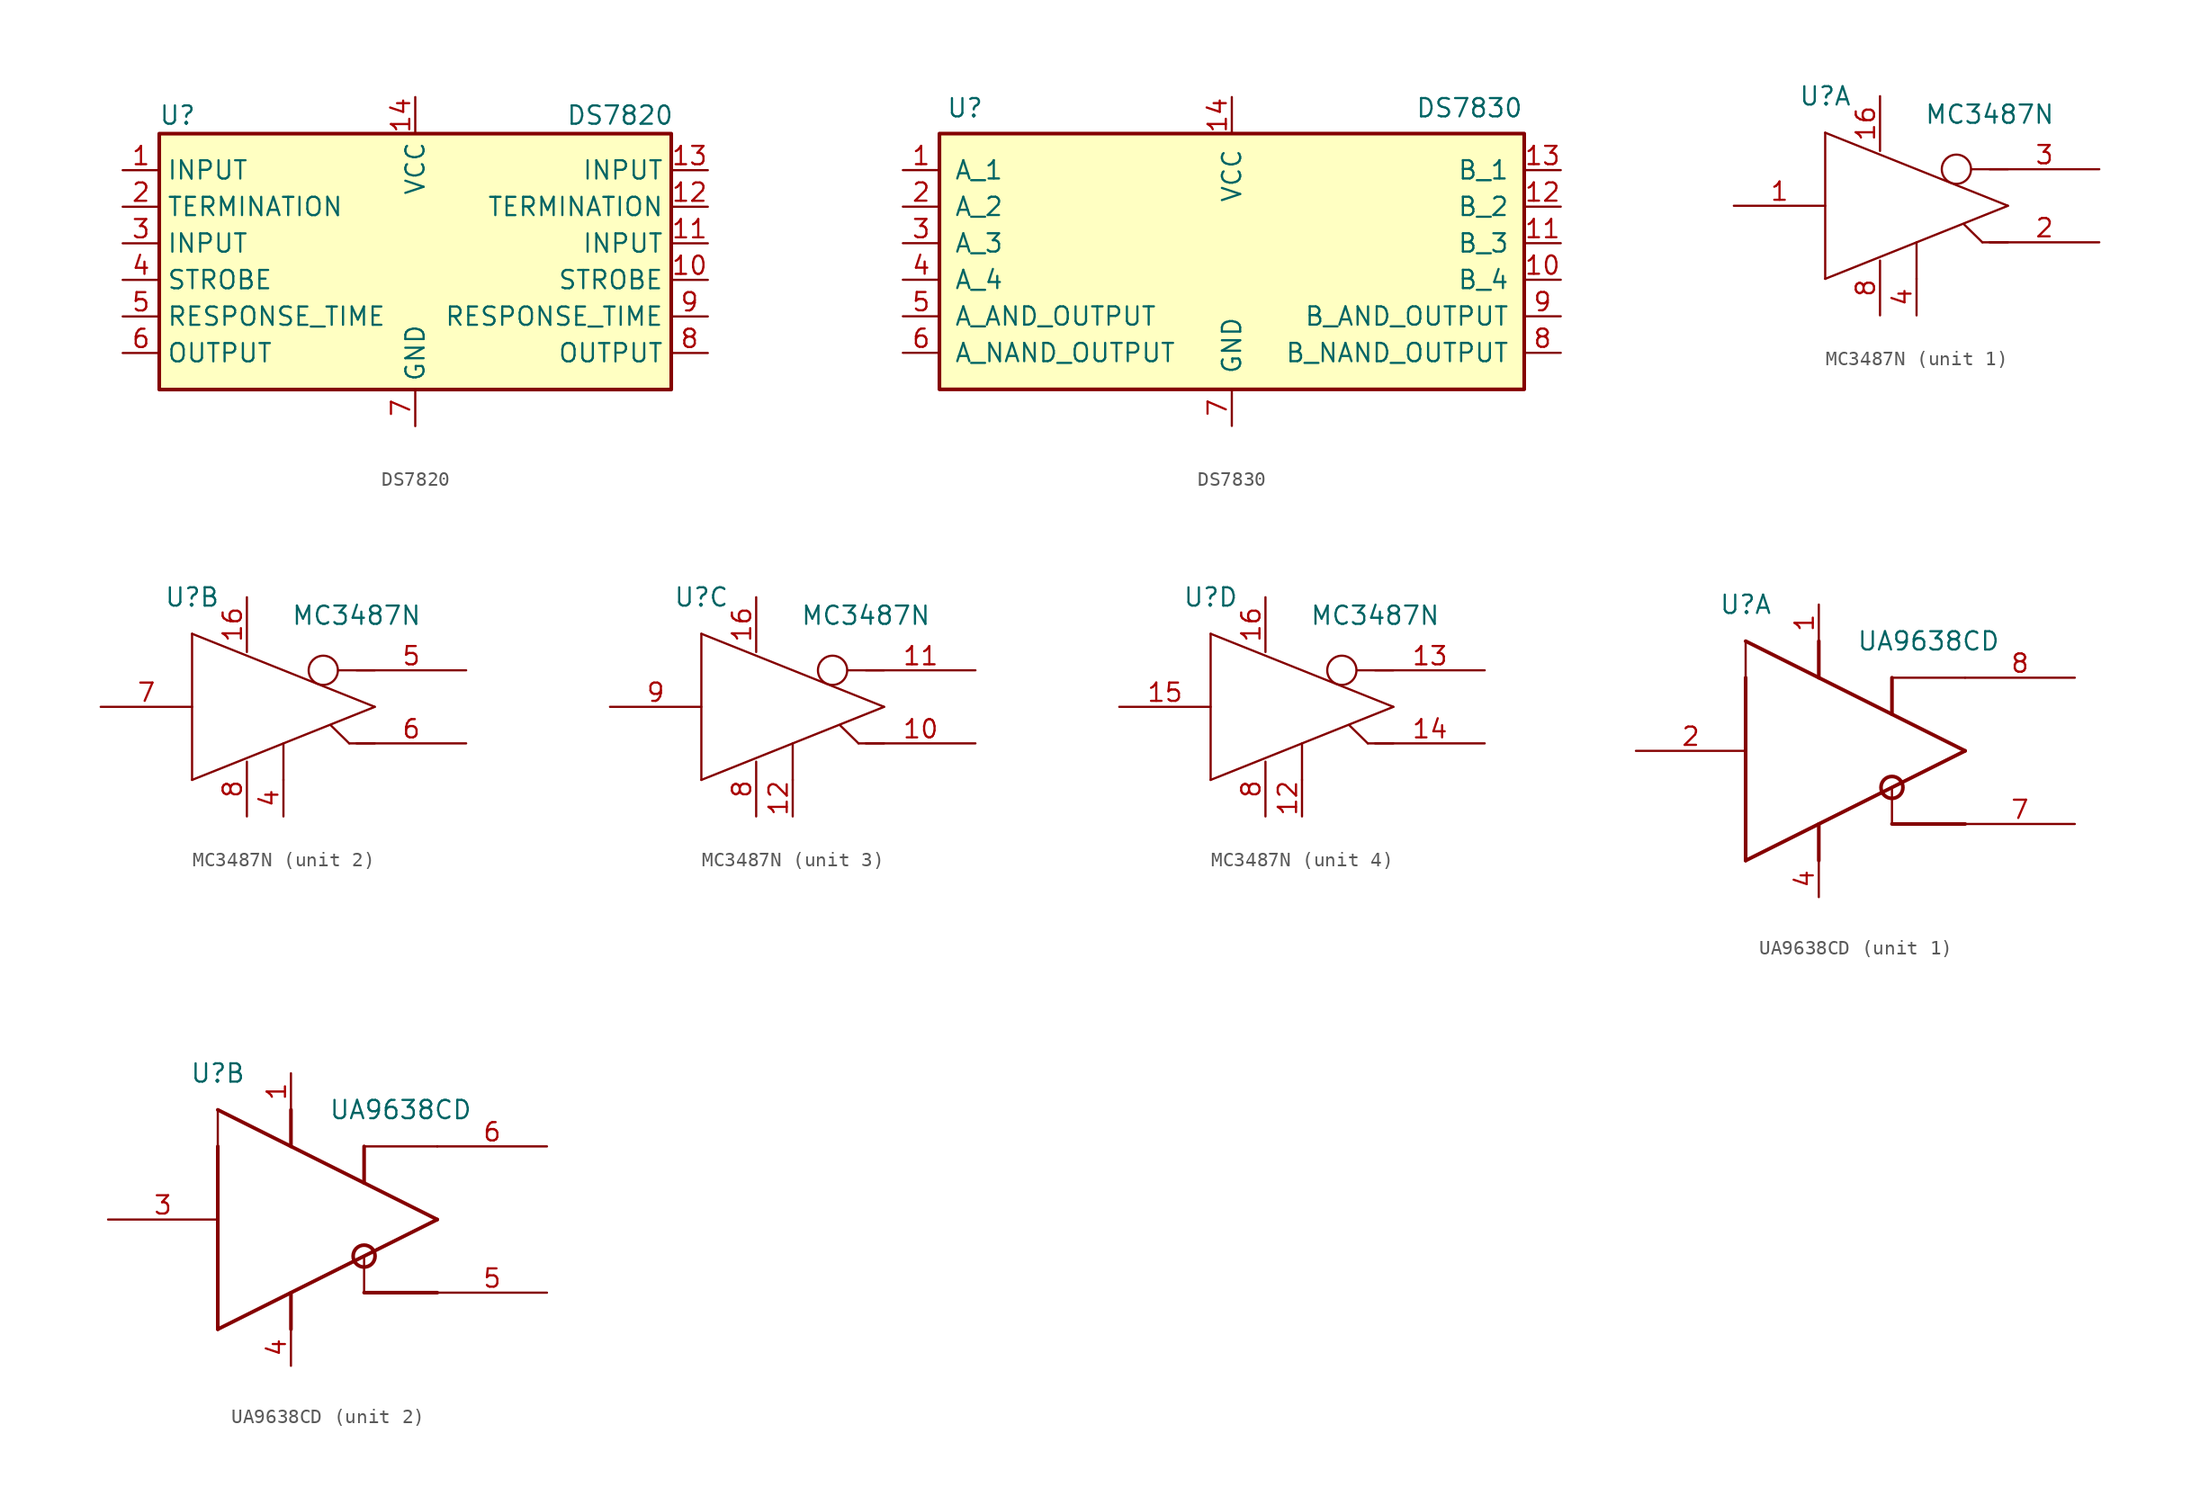
<source format=kicad_sym>
(kicad_symbol_lib
  (version 20201005)
  (generator kicad_symbol_editor)
  (symbol "DS7820"
    (property "Reference" "U"
      (at -16.51 8.89 0)
      (effects (font (size 1.27 1.27))))
    (property "Value" "DS7820"
      (at 14.224 8.89 0)
      (effects (font (size 1.27 1.27))))
    (symbol "DS7820_0_1"
      (rectangle (start -17.78 7.62) (end 17.78 -10.16) (stroke (width 0.254)) (fill (type background))))
    (symbol "DS7820_1_1"
      (pin input line (at -20.32 5.08 0) (length 2.54) (name "INPUT" (effects (font (size 1.27 1.27)))) (number "1" (effects (font (size 1.27 1.27)))))
      (pin input line (at 20.32 -2.54 180) (length 2.54) (name "STROBE" (effects (font (size 1.27 1.27)))) (number "10" (effects (font (size 1.27 1.27)))))
      (pin input line (at 20.32 0 180) (length 2.54) (name "INPUT" (effects (font (size 1.27 1.27)))) (number "11" (effects (font (size 1.27 1.27)))))
      (pin input line (at 20.32 2.54 180) (length 2.54) (name "TERMINATION" (effects (font (size 1.27 1.27)))) (number "12" (effects (font (size 1.27 1.27)))))
      (pin input line (at 20.32 5.08 180) (length 2.54) (name "INPUT" (effects (font (size 1.27 1.27)))) (number "13" (effects (font (size 1.27 1.27)))))
      (pin power_in line (at 0 10.16 270) (length 2.54) (name "VCC" (effects (font (size 1.27 1.27)))) (number "14" (effects (font (size 1.27 1.27)))))
      (pin input line (at -20.32 2.54 0) (length 2.54) (name "TERMINATION" (effects (font (size 1.27 1.27)))) (number "2" (effects (font (size 1.27 1.27)))))
      (pin input line (at -20.32 0 0) (length 2.54) (name "INPUT" (effects (font (size 1.27 1.27)))) (number "3" (effects (font (size 1.27 1.27)))))
      (pin input line (at -20.32 -2.54 0) (length 2.54) (name "STROBE" (effects (font (size 1.27 1.27)))) (number "4" (effects (font (size 1.27 1.27)))))
      (pin input line (at -20.32 -5.08 0) (length 2.54) (name "RESPONSE_TIME" (effects (font (size 1.27 1.27)))) (number "5" (effects (font (size 1.27 1.27)))))
      (pin input line (at -20.32 -7.62 0) (length 2.54) (name "OUTPUT" (effects (font (size 1.27 1.27)))) (number "6" (effects (font (size 1.27 1.27)))))
      (pin power_in line (at 0 -12.7 90) (length 2.54) (name "GND" (effects (font (size 1.27 1.27)))) (number "7" (effects (font (size 1.27 1.27)))))
      (pin output line (at 20.32 -7.62 180) (length 2.54) (name "OUTPUT" (effects (font (size 1.27 1.27)))) (number "8" (effects (font (size 1.27 1.27)))))
      (pin input line (at 20.32 -5.08 180) (length 2.54) (name "RESPONSE_TIME" (effects (font (size 1.27 1.27)))) (number "9" (effects (font (size 1.27 1.27)))))))
  (symbol "DS7830"
    (pin_names
      (offset 1.016))
    (property "Reference" "U"
      (at -18.542 9.398 0)
      (effects (font (size 1.27 1.27))))
    (property "Value" "DS7830"
      (at 16.51 9.398 0)
      (effects (font (size 1.27 1.27))))
    (symbol "DS7830_0_1"
      (rectangle (start -20.32 7.62) (end 20.32 -10.16) (stroke (width 0.254)) (fill (type background))))
    (symbol "DS7830_1_1"
      (pin input line (at -22.86 5.08 0) (length 2.54) (name "A_1" (effects (font (size 1.27 1.27)))) (number "1" (effects (font (size 1.27 1.27)))))
      (pin input line (at 22.86 -2.54 180) (length 2.54) (name "B_4" (effects (font (size 1.27 1.27)))) (number "10" (effects (font (size 1.27 1.27)))))
      (pin input line (at 22.86 0 180) (length 2.54) (name "B_3" (effects (font (size 1.27 1.27)))) (number "11" (effects (font (size 1.27 1.27)))))
      (pin input line (at 22.86 2.54 180) (length 2.54) (name "B_2" (effects (font (size 1.27 1.27)))) (number "12" (effects (font (size 1.27 1.27)))))
      (pin input line (at 22.86 5.08 180) (length 2.54) (name "B_1" (effects (font (size 1.27 1.27)))) (number "13" (effects (font (size 1.27 1.27)))))
      (pin power_in line (at 0 10.16 270) (length 2.54) (name "VCC" (effects (font (size 1.27 1.27)))) (number "14" (effects (font (size 1.27 1.27)))))
      (pin input line (at -22.86 2.54 0) (length 2.54) (name "A_2" (effects (font (size 1.27 1.27)))) (number "2" (effects (font (size 1.27 1.27)))))
      (pin input line (at -22.86 0 0) (length 2.54) (name "A_3" (effects (font (size 1.27 1.27)))) (number "3" (effects (font (size 1.27 1.27)))))
      (pin input line (at -22.86 -2.54 0) (length 2.54) (name "A_4" (effects (font (size 1.27 1.27)))) (number "4" (effects (font (size 1.27 1.27)))))
      (pin input line (at -22.86 -5.08 0) (length 2.54) (name "A_AND_OUTPUT" (effects (font (size 1.27 1.27)))) (number "5" (effects (font (size 1.27 1.27)))))
      (pin input line (at -22.86 -7.62 0) (length 2.54) (name "A_NAND_OUTPUT" (effects (font (size 1.27 1.27)))) (number "6" (effects (font (size 1.27 1.27)))))
      (pin power_in line (at 0 -12.7 90) (length 2.54) (name "GND" (effects (font (size 1.27 1.27)))) (number "7" (effects (font (size 1.27 1.27)))))
      (pin input line (at 22.86 -7.62 180) (length 2.54) (name "B_NAND_OUTPUT" (effects (font (size 1.27 1.27)))) (number "8" (effects (font (size 1.27 1.27)))))
      (pin input line (at 22.86 -5.08 180) (length 2.54) (name "B_AND_OUTPUT" (effects (font (size 1.27 1.27)))) (number "9" (effects (font (size 1.27 1.27)))))))
  (symbol "MC3487N"
    (pin_names
      (offset 1.016) hide)
    (property "Reference" "U"
      (at -6.35 7.62 0)
      (effects (font (size 1.27 1.27))))
    (property "Value" "MC3487N"
      (at 5.08 6.35 0)
      (effects (font (size 1.27 1.27))))
    (symbol "MC3487N_0_1"
      (circle (center 2.769 2.54) (radius 1.016) (stroke (width 0)) (fill (type none)))
      (polyline (pts (xy -6.35 -5.08) (xy 6.35 0)) (stroke (width 0)) (fill (type none)))
      (polyline (pts (xy -6.35 5.08) (xy -6.35 -5.08)) (stroke (width 0)) (fill (type none)))
      (polyline (pts (xy 0 -5.08) (xy 0 -2.54)) (stroke (width 0)) (fill (type none)))
      (polyline (pts (xy 3.81 2.54) (xy 6.35 2.54)) (stroke (width 0)) (fill (type none)))
      (polyline (pts (xy 4.572 -2.54) (xy 3.277 -1.27)) (stroke (width 0)) (fill (type none)))
      (polyline (pts (xy 6.35 -2.54) (xy 4.572 -2.54)) (stroke (width 0)) (fill (type none)))
      (polyline (pts (xy 6.35 0) (xy -6.35 5.08)) (stroke (width 0)) (fill (type none))))
    (symbol "MC3487N_1_1"
      (pin input line (at -12.7 0 0) (length 6.35) (name "INPUT" (effects (font (size 1.27 1.27)))) (number "1" (effects (font (size 1.27 1.27)))))
      (pin power_in line (at -2.54 7.62 270) (length 3.81) (name "VCC" (effects (font (size 1.27 1.27)))) (number "16" (effects (font (size 1.27 1.27)))))
      (pin tri_state line (at 12.7 -2.54 180) (length 7.62) (name "OUT+" (effects (font (size 1.27 1.27)))) (number "2" (effects (font (size 1.27 1.27)))))
      (pin tri_state line (at 12.7 2.54 180) (length 7.62) (name "OUT-" (effects (font (size 1.27 1.27)))) (number "3" (effects (font (size 1.27 1.27)))))
      (pin input line (at 0 -7.62 90) (length 2.54) (name "ENABLE" (effects (font (size 1.27 1.27)))) (number "4" (effects (font (size 1.27 1.27)))))
      (pin power_in line (at -2.54 -7.62 90) (length 3.81) (name "GND" (effects (font (size 1.27 1.27)))) (number "8" (effects (font (size 1.27 1.27))))))
    (symbol "MC3487N_2_1"
      (pin power_in line (at -2.54 7.62 270) (length 3.81) (name "VCC" (effects (font (size 1.27 1.27)))) (number "16" (effects (font (size 1.27 1.27)))))
      (pin input line (at 0 -7.62 90) (length 2.54) (name "ENABLE" (effects (font (size 1.27 1.27)))) (number "4" (effects (font (size 1.27 1.27)))))
      (pin tri_state line (at 12.7 2.54 180) (length 7.62) (name "OUT-" (effects (font (size 1.27 1.27)))) (number "5" (effects (font (size 1.27 1.27)))))
      (pin tri_state line (at 12.7 -2.54 180) (length 7.62) (name "OUT+" (effects (font (size 1.27 1.27)))) (number "6" (effects (font (size 1.27 1.27)))))
      (pin input line (at -12.7 0 0) (length 6.35) (name "INPUT" (effects (font (size 1.27 1.27)))) (number "7" (effects (font (size 1.27 1.27)))))
      (pin power_in line (at -2.54 -7.62 90) (length 3.81) (name "GND" (effects (font (size 1.27 1.27)))) (number "8" (effects (font (size 1.27 1.27))))))
    (symbol "MC3487N_3_1"
      (pin tri_state line (at 12.7 -2.54 180) (length 7.62) (name "OUT+" (effects (font (size 1.27 1.27)))) (number "10" (effects (font (size 1.27 1.27)))))
      (pin tri_state line (at 12.7 2.54 180) (length 7.62) (name "OUT-" (effects (font (size 1.27 1.27)))) (number "11" (effects (font (size 1.27 1.27)))))
      (pin input line (at 0 -7.62 90) (length 2.54) (name "ENABLE" (effects (font (size 1.27 1.27)))) (number "12" (effects (font (size 1.27 1.27)))))
      (pin power_in line (at -2.54 7.62 270) (length 3.81) (name "VCC" (effects (font (size 1.27 1.27)))) (number "16" (effects (font (size 1.27 1.27)))))
      (pin power_in line (at -2.54 -7.62 90) (length 3.81) (name "GND" (effects (font (size 1.27 1.27)))) (number "8" (effects (font (size 1.27 1.27)))))
      (pin input line (at -12.7 0 0) (length 6.35) (name "INPUT" (effects (font (size 1.27 1.27)))) (number "9" (effects (font (size 1.27 1.27))))))
    (symbol "MC3487N_4_1"
      (pin input line (at 0 -7.62 90) (length 2.54) (name "ENABLE" (effects (font (size 1.27 1.27)))) (number "12" (effects (font (size 1.27 1.27)))))
      (pin tri_state line (at 12.7 2.54 180) (length 7.62) (name "OUT-" (effects (font (size 1.27 1.27)))) (number "13" (effects (font (size 1.27 1.27)))))
      (pin tri_state line (at 12.7 -2.54 180) (length 7.62) (name "OUT+" (effects (font (size 1.27 1.27)))) (number "14" (effects (font (size 1.27 1.27)))))
      (pin input line (at -12.7 0 0) (length 6.35) (name "INPUT" (effects (font (size 1.27 1.27)))) (number "15" (effects (font (size 1.27 1.27)))))
      (pin power_in line (at -2.54 7.62 270) (length 3.81) (name "VCC" (effects (font (size 1.27 1.27)))) (number "16" (effects (font (size 1.27 1.27)))))
      (pin power_in line (at -2.54 -7.62 90) (length 3.81) (name "GND" (effects (font (size 1.27 1.27)))) (number "8" (effects (font (size 1.27 1.27)))))))
  (symbol "UA9638CD"
    (pin_names
      (offset 1.016) hide)
    (property "Reference" "U"
      (at -7.62 10.16 0)
      (effects (font (size 1.27 1.27))))
    (property "Value" "UA9638CD"
      (at 5.08 7.62 0)
      (effects (font (size 1.27 1.27))))
    (symbol "UA9638CD_0_1"
      (circle (center 2.54 -2.54) (radius 0.762) (stroke (width 0.254)) (fill (type none)))
      (polyline (pts (xy -7.62 5.08) (xy -7.62 7.62)) (stroke (width 0)) (fill (type none)))
      (polyline (pts (xy -7.62 7.62) (xy 7.62 0)) (stroke (width 0.254)) (fill (type none)))
      (polyline (pts (xy -2.54 -5.08) (xy -2.54 -7.62)) (stroke (width 0.254)) (fill (type none)))
      (polyline (pts (xy -2.54 5.08) (xy -2.54 7.62)) (stroke (width 0.254)) (fill (type none)))
      (polyline (pts (xy 2.54 -5.08) (xy 7.62 -5.08)) (stroke (width 0.254)) (fill (type none)))
      (polyline (pts (xy 2.54 -2.54) (xy 2.54 -5.08)) (stroke (width 0)) (fill (type none)))
      (polyline (pts (xy 2.54 5.08) (xy 2.54 2.54)) (stroke (width 0.254)) (fill (type none)))
      (polyline (pts (xy 7.62 0) (xy -7.62 -7.62)) (stroke (width 0.254)) (fill (type none)))
      (polyline (pts (xy 7.62 5.08) (xy 2.54 5.08)) (stroke (width 0)) (fill (type none)))
      (polyline (pts (xy -7.62 5.08) (xy -7.62 -7.62)) (stroke (width 0.254)) (fill (type background))))
    (symbol "UA9638CD_1_1"
      (pin power_in line (at -2.54 10.16 270) (length 2.54) (name "VCC" (effects (font (size 1.27 1.27)))) (number "1" (effects (font (size 1.27 1.27)))))
      (pin input line (at -15.24 0 0) (length 7.62) (name "IN" (effects (font (size 1.27 1.27)))) (number "2" (effects (font (size 1.27 1.27)))))
      (pin power_in line (at -2.54 -10.16 90) (length 2.54) (name "GND" (effects (font (size 1.27 1.27)))) (number "4" (effects (font (size 1.27 1.27)))))
      (pin output line (at 15.24 -5.08 180) (length 7.62) (name "OUTA" (effects (font (size 1.27 1.27)))) (number "7" (effects (font (size 1.27 1.27)))))
      (pin output line (at 15.24 5.08 180) (length 7.62) (name "OUTB" (effects (font (size 1.27 1.27)))) (number "8" (effects (font (size 1.27 1.27))))))
    (symbol "UA9638CD_2_1"
      (pin power_in line (at -2.54 10.16 270) (length 2.54) (name "VCC" (effects (font (size 1.27 1.27)))) (number "1" (effects (font (size 1.27 1.27)))))
      (pin input line (at -15.24 0 0) (length 7.62) (name "IN" (effects (font (size 1.27 1.27)))) (number "3" (effects (font (size 1.27 1.27)))))
      (pin power_in line (at -2.54 -10.16 90) (length 2.54) (name "GND" (effects (font (size 1.27 1.27)))) (number "4" (effects (font (size 1.27 1.27)))))
      (pin output line (at 15.24 -5.08 180) (length 7.62) (name "OUTA" (effects (font (size 1.27 1.27)))) (number "5" (effects (font (size 1.27 1.27)))))
      (pin output line (at 15.24 5.08 180) (length 7.62) (name "OUTB" (effects (font (size 1.27 1.27)))) (number "6" (effects (font (size 1.27 1.27))))))))
</source>
